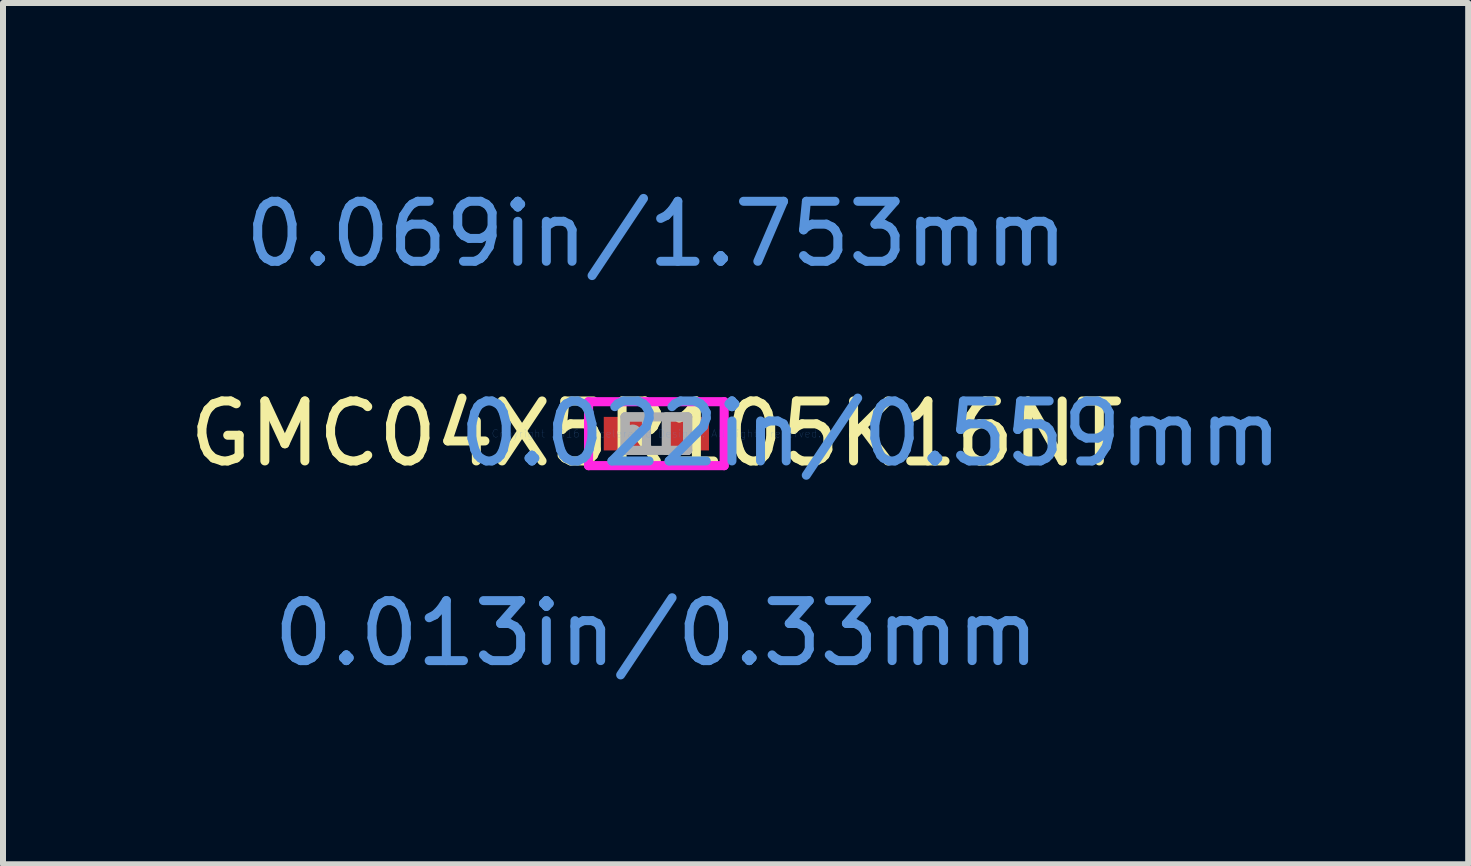
<source format=kicad_pcb>
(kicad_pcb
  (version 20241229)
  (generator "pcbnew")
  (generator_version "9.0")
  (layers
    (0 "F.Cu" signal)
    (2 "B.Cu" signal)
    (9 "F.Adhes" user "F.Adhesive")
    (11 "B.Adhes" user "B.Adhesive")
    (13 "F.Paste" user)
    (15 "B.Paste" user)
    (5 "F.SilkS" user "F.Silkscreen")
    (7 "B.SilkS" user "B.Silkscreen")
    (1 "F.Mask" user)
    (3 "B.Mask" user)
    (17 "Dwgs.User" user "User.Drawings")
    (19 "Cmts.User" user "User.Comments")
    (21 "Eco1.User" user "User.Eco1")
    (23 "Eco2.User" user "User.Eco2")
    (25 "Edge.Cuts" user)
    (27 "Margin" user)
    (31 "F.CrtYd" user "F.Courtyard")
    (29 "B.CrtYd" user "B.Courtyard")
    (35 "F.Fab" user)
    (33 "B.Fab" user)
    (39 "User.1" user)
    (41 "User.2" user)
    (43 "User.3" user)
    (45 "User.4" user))
  (footprint "GMC04X5R105K16NT"
    (layer "F.Cu")
    (at 7.887 4.176)
    (property "Reference" "GMC04X5R105K16NT" (at 0 0 0) (layer "F.SilkS") (effects (font (size 1 1) (thickness 0.15))))
    (attr through_hole)
    (fp_line (start -1.13 -0.533) (end 1.13 -0.533) (stroke (width 0.152) (type solid)) (layer "F.CrtYd"))
    (fp_line (start -1.13 0.533) (end -1.13 -0.533) (stroke (width 0.152) (type solid)) (layer "F.CrtYd"))
    (fp_line (start 1.13 -0.533) (end 1.13 0.533) (stroke (width 0.152) (type solid)) (layer "F.CrtYd"))
    (fp_line (start 1.13 0.533) (end -1.13 0.533) (stroke (width 0.152) (type solid)) (layer "F.CrtYd"))
    (fp_line (start -0.521 -0.279) (end -0.521 0.279) (stroke (width 0.152) (type solid)) (layer "F.Fab"))
    (fp_line (start -0.521 -0.279) (end -0.521 0.279) (stroke (width 0.152) (type solid)) (layer "F.Fab"))
    (fp_line (start -0.521 0.279) (end -0.165 0.279) (stroke (width 0.152) (type solid)) (layer "F.Fab"))
    (fp_line (start -0.521 0.279) (end 0.521 0.279) (stroke (width 0.152) (type solid)) (layer "F.Fab"))
    (fp_line (start -0.165 -0.279) (end -0.521 -0.279) (stroke (width 0.152) (type solid)) (layer "F.Fab"))
    (fp_line (start -0.165 0.279) (end -0.165 -0.279) (stroke (width 0.152) (type solid)) (layer "F.Fab"))
    (fp_line (start 0.165 -0.279) (end 0.165 0.279) (stroke (width 0.152) (type solid)) (layer "F.Fab"))
    (fp_line (start 0.165 0.279) (end 0.521 0.279) (stroke (width 0.152) (type solid)) (layer "F.Fab"))
    (fp_line (start 0.521 -0.279) (end -0.521 -0.279) (stroke (width 0.152) (type solid)) (layer "F.Fab"))
    (fp_line (start 0.521 -0.279) (end 0.165 -0.279) (stroke (width 0.152) (type solid)) (layer "F.Fab"))
    (fp_line (start 0.521 0.279) (end 0.521 -0.279) (stroke (width 0.152) (type solid)) (layer "F.Fab"))
    (fp_line (start 0.521 0.279) (end 0.521 -0.279) (stroke (width 0.152) (type solid)) (layer "F.Fab"))
    (fp_circle (center -0.394 0) (end -0.394 0) (stroke (width 0.152) (type solid)) (fill no) (layer "F.Fab"))
    (fp_text user "Copyright 2016 Accelerated Designs. All rights reserved." (at 0 0 0) (layer "Cmts.User") (effects (font (size 0.127 0.127) (thickness 0.002))))
    (fp_text user "0.069in/1.753mm" (at 0 -3.327 0) (layer "Cmts.User") (effects (font (size 1 1) (thickness 0.15))))
    (fp_text user "0.013in/0.33mm" (at 0 3.327 0) (layer "Cmts.User") (effects (font (size 1 1) (thickness 0.15))))
    (fp_text user "0.022in/0.559mm" (at 3.569 0 0) (layer "Cmts.User") (effects (font (size 1 1) (thickness 0.15))))
    (pad "1" smd rect (at -0.521 0) (size 0.711 0.559) (layers "F.Cu" "F.Mask" "F.Paste"))
    (pad "2" smd rect (at 0.521 0) (size 0.711 0.559) (layers "F.Cu" "F.Mask" "F.Paste")))
  (gr_rect
    (start -3 -3)
    (end 21.414 11.351)
    (stroke (width 0.1) (type default))
    (fill no)
    (layer "Edge.Cuts")))
</source>
